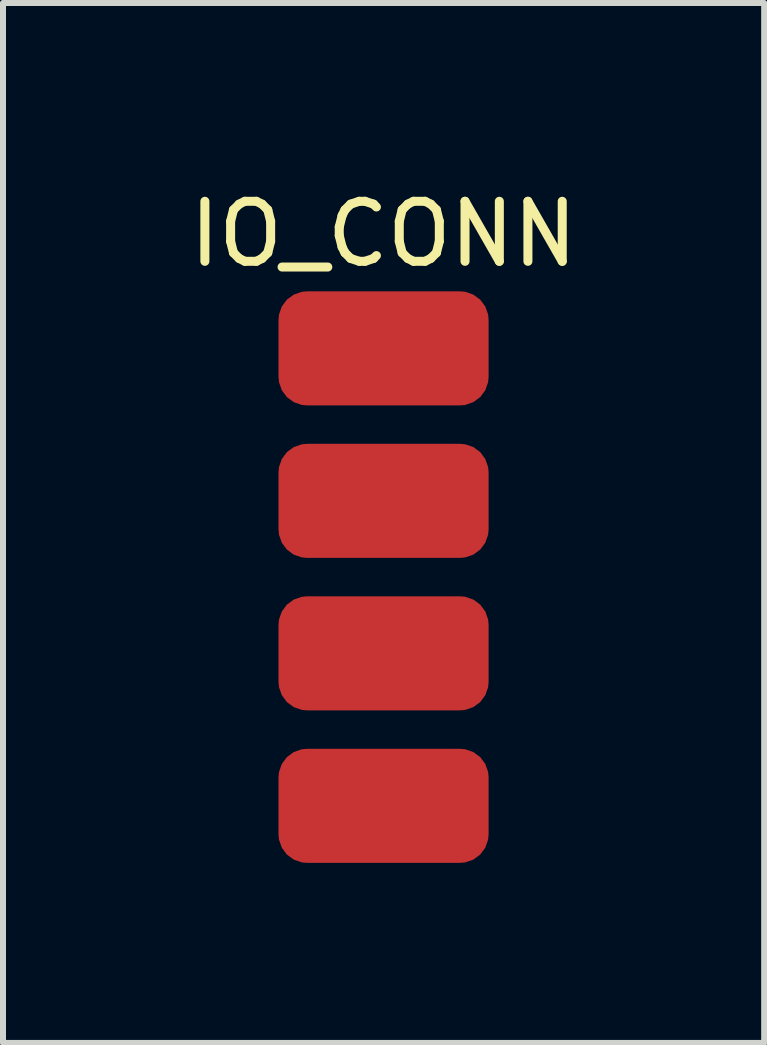
<source format=kicad_pcb>
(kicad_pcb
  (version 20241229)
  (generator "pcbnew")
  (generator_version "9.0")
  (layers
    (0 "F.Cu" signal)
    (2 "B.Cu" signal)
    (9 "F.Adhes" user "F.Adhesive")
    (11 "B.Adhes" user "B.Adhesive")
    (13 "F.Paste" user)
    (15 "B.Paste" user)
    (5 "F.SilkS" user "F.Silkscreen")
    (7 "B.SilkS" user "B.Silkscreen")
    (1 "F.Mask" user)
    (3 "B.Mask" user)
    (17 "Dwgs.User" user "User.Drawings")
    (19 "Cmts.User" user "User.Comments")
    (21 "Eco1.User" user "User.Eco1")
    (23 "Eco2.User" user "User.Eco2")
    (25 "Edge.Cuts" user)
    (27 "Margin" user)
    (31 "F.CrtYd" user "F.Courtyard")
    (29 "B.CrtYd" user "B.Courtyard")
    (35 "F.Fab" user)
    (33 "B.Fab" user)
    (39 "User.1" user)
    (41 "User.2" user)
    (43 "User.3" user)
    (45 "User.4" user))
  (footprint "IO_CONN"
    (layer "F.Cu")
    (at 3.339 6.563)
    (property "Reference" "IO_CONN" (at 0 -5.715 0) (layer "F.SilkS") (effects (font (size 1 1) (thickness 0.15))))
    (attr through_hole)
    (pad "1" smd roundrect (at 0 -3.81) (size 3.5 1.9) (layers "F.Cu" "F.Mask") (roundrect_rratio 0.25))
    (pad "2" smd roundrect (at 0 -1.27) (size 3.5 1.9) (layers "F.Cu" "F.Mask") (roundrect_rratio 0.25))
    (pad "3" smd roundrect (at 0 1.27) (size 3.5 1.9) (layers "F.Cu" "F.Mask") (roundrect_rratio 0.25))
    (pad "4" smd roundrect (at 0 3.81) (size 3.5 1.9) (layers "F.Cu" "F.Mask") (roundrect_rratio 0.25)))
  (gr_rect
    (start -3 -3)
    (end 9.679 14.323)
    (stroke (width 0.1) (type default))
    (fill no)
    (layer "Edge.Cuts")))
</source>
